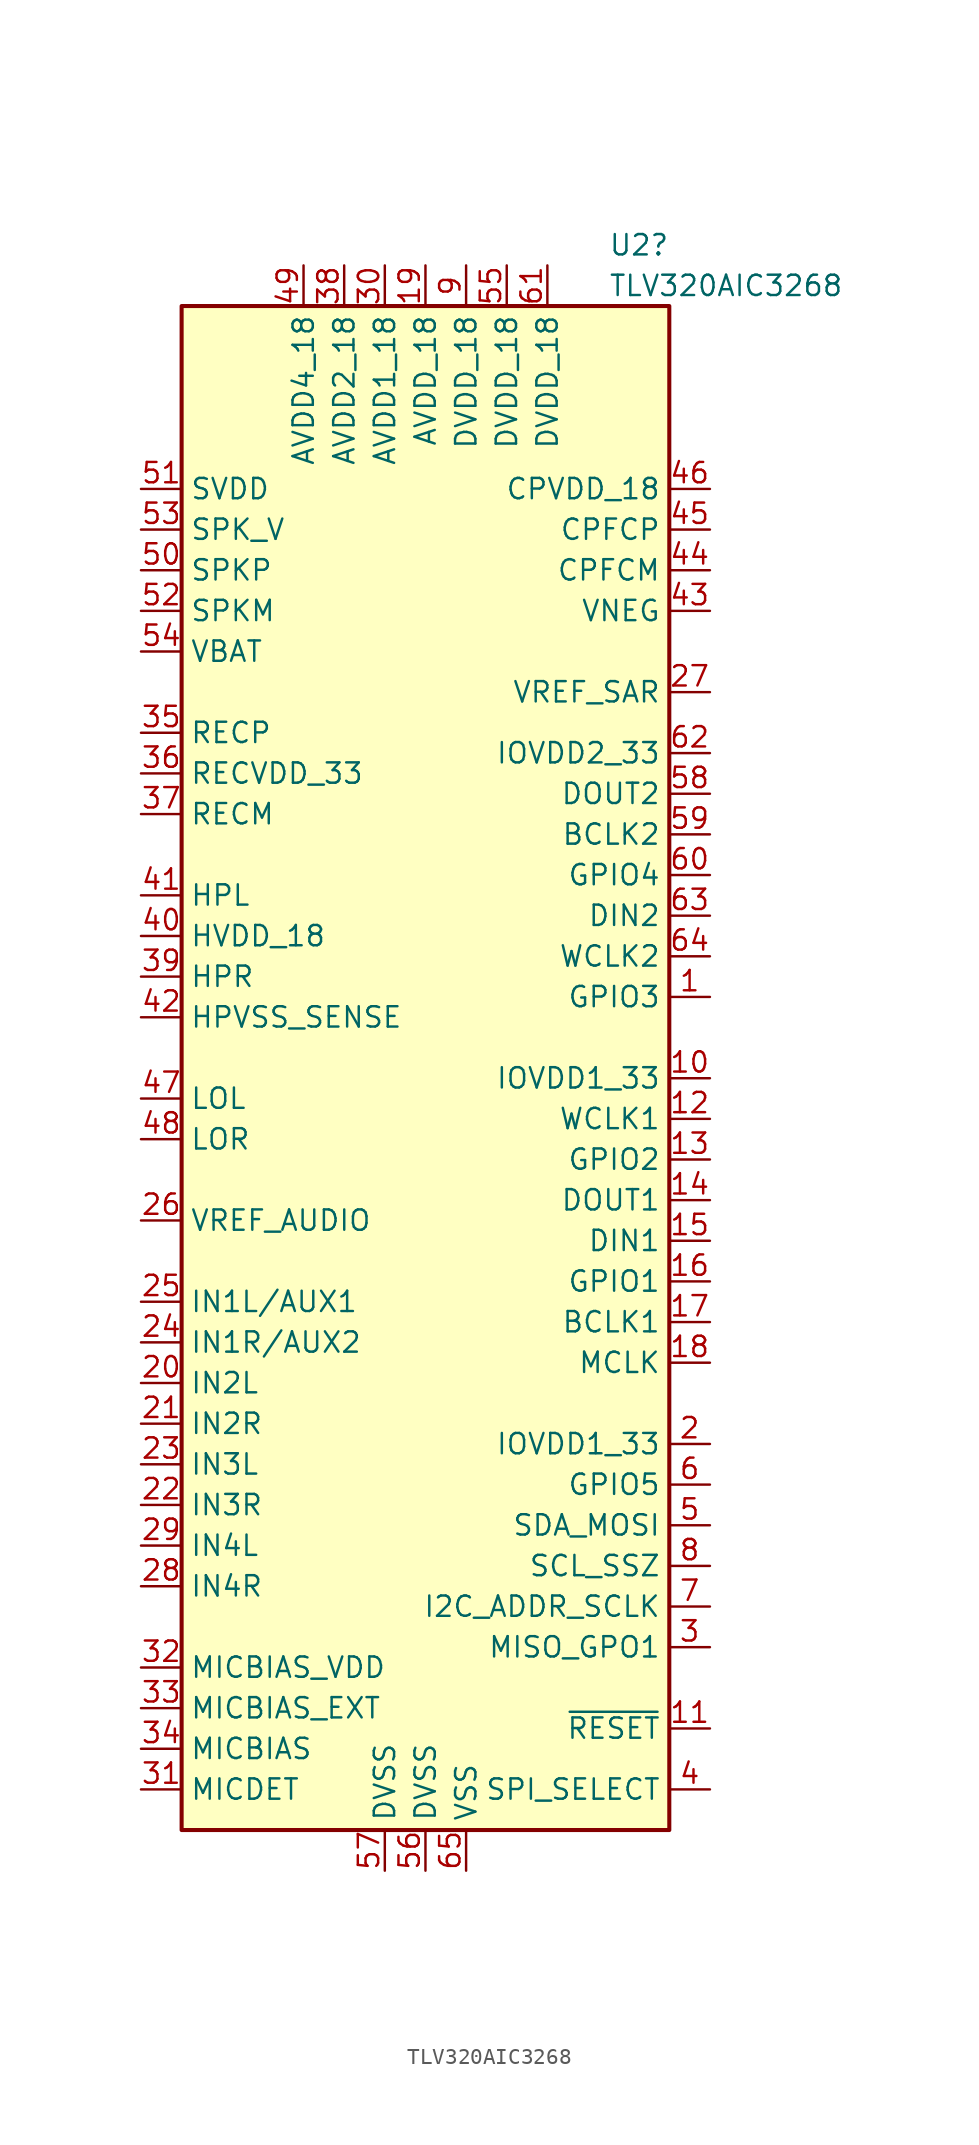
<source format=kicad_sym>
(kicad_symbol_lib
  (version 20211014)
  (generator kicad_symbol_editor)
  (symbol "TLV320AIC3268"
    (property "Reference" "U2"
      (at 11.43 55.88 0)
      (effects (font (size 1.27 1.27)) (justify left)))
    (property "Value" "TLV320AIC3268"
      (at 11.43 53.34 0)
      (effects (font (size 1.27 1.27)) (justify left)))
    (symbol "TLV320AIC3268_0_1"
      (rectangle (start -15.24 52.07) (end 15.24 -43.18) (stroke (width 0.254) (type default) (color 0 0 0 0)) (fill (type background))))
    (symbol "TLV320AIC3268_1_1"
      (pin bidirectional line (at 17.78 8.89 180) (length 2.54) (name "GPIO3" (effects (font (size 1.27 1.27)))) (number "1" (effects (font (size 1.27 1.27)))))
      (pin power_in line (at 17.78 3.81 180) (length 2.54) (name "IOVDD1_33" (effects (font (size 1.27 1.27)))) (number "10" (effects (font (size 1.27 1.27)))))
      (pin input line (at 17.78 -36.83 180) (length 2.54) (name "~{RESET}" (effects (font (size 1.27 1.27)))) (number "11" (effects (font (size 1.27 1.27)))))
      (pin bidirectional line (at 17.78 1.27 180) (length 2.54) (name "WCLK1" (effects (font (size 1.27 1.27)))) (number "12" (effects (font (size 1.27 1.27)))))
      (pin bidirectional line (at 17.78 -1.27 180) (length 2.54) (name "GPIO2" (effects (font (size 1.27 1.27)))) (number "13" (effects (font (size 1.27 1.27)))))
      (pin output line (at 17.78 -3.81 180) (length 2.54) (name "DOUT1" (effects (font (size 1.27 1.27)))) (number "14" (effects (font (size 1.27 1.27)))))
      (pin input line (at 17.78 -6.35 180) (length 2.54) (name "DIN1" (effects (font (size 1.27 1.27)))) (number "15" (effects (font (size 1.27 1.27)))))
      (pin bidirectional line (at 17.78 -8.89 180) (length 2.54) (name "GPIO1" (effects (font (size 1.27 1.27)))) (number "16" (effects (font (size 1.27 1.27)))))
      (pin bidirectional line (at 17.78 -11.43 180) (length 2.54) (name "BCLK1" (effects (font (size 1.27 1.27)))) (number "17" (effects (font (size 1.27 1.27)))))
      (pin input line (at 17.78 -13.97 180) (length 2.54) (name "MCLK" (effects (font (size 1.27 1.27)))) (number "18" (effects (font (size 1.27 1.27)))))
      (pin power_in line (at 0 54.61 270) (length 2.54) (name "AVDD_18" (effects (font (size 1.27 1.27)))) (number "19" (effects (font (size 1.27 1.27)))))
      (pin power_in line (at 17.78 -19.05 180) (length 2.54) (name "IOVDD1_33" (effects (font (size 1.27 1.27)))) (number "2" (effects (font (size 1.27 1.27)))))
      (pin input line (at -17.78 -15.24 0) (length 2.54) (name "IN2L" (effects (font (size 1.27 1.27)))) (number "20" (effects (font (size 1.27 1.27)))))
      (pin input line (at -17.78 -17.78 0) (length 2.54) (name "IN2R" (effects (font (size 1.27 1.27)))) (number "21" (effects (font (size 1.27 1.27)))))
      (pin input line (at -17.78 -22.86 0) (length 2.54) (name "IN3R" (effects (font (size 1.27 1.27)))) (number "22" (effects (font (size 1.27 1.27)))))
      (pin input line (at -17.78 -20.32 0) (length 2.54) (name "IN3L" (effects (font (size 1.27 1.27)))) (number "23" (effects (font (size 1.27 1.27)))))
      (pin input line (at -17.78 -12.7 0) (length 2.54) (name "IN1R/AUX2" (effects (font (size 1.27 1.27)))) (number "24" (effects (font (size 1.27 1.27)))))
      (pin input line (at -17.78 -10.16 0) (length 2.54) (name "IN1L/AUX1" (effects (font (size 1.27 1.27)))) (number "25" (effects (font (size 1.27 1.27)))))
      (pin passive line (at -17.78 -5.08 0) (length 2.54) (name "VREF_AUDIO" (effects (font (size 1.27 1.27)))) (number "26" (effects (font (size 1.27 1.27)))))
      (pin passive line (at 17.78 27.94 180) (length 2.54) (name "VREF_SAR" (effects (font (size 1.27 1.27)))) (number "27" (effects (font (size 1.27 1.27)))))
      (pin input line (at -17.78 -27.94 0) (length 2.54) (name "IN4R" (effects (font (size 1.27 1.27)))) (number "28" (effects (font (size 1.27 1.27)))))
      (pin input line (at -17.78 -25.4 0) (length 2.54) (name "IN4L" (effects (font (size 1.27 1.27)))) (number "29" (effects (font (size 1.27 1.27)))))
      (pin output line (at 17.78 -31.75 180) (length 2.54) (name "MISO_GPO1" (effects (font (size 1.27 1.27)))) (number "3" (effects (font (size 1.27 1.27)))))
      (pin power_in line (at -2.54 54.61 270) (length 2.54) (name "AVDD1_18" (effects (font (size 1.27 1.27)))) (number "30" (effects (font (size 1.27 1.27)))))
      (pin bidirectional line (at -17.78 -40.64 0) (length 2.54) (name "MICDET" (effects (font (size 1.27 1.27)))) (number "31" (effects (font (size 1.27 1.27)))))
      (pin power_in line (at -17.78 -33.02 0) (length 2.54) (name "MICBIAS_VDD" (effects (font (size 1.27 1.27)))) (number "32" (effects (font (size 1.27 1.27)))))
      (pin output line (at -17.78 -35.56 0) (length 2.54) (name "MICBIAS_EXT" (effects (font (size 1.27 1.27)))) (number "33" (effects (font (size 1.27 1.27)))))
      (pin output line (at -17.78 -38.1 0) (length 2.54) (name "MICBIAS" (effects (font (size 1.27 1.27)))) (number "34" (effects (font (size 1.27 1.27)))))
      (pin output line (at -17.78 25.4 0) (length 2.54) (name "RECP" (effects (font (size 1.27 1.27)))) (number "35" (effects (font (size 1.27 1.27)))))
      (pin power_in line (at -17.78 22.86 0) (length 2.54) (name "RECVDD_33" (effects (font (size 1.27 1.27)))) (number "36" (effects (font (size 1.27 1.27)))))
      (pin output line (at -17.78 20.32 0) (length 2.54) (name "RECM" (effects (font (size 1.27 1.27)))) (number "37" (effects (font (size 1.27 1.27)))))
      (pin power_in line (at -5.08 54.61 270) (length 2.54) (name "AVDD2_18" (effects (font (size 1.27 1.27)))) (number "38" (effects (font (size 1.27 1.27)))))
      (pin output line (at -17.78 10.16 0) (length 2.54) (name "HPR" (effects (font (size 1.27 1.27)))) (number "39" (effects (font (size 1.27 1.27)))))
      (pin input line (at 17.78 -40.64 180) (length 2.54) (name "SPI_SELECT" (effects (font (size 1.27 1.27)))) (number "4" (effects (font (size 1.27 1.27)))))
      (pin power_in line (at -17.78 12.7 0) (length 2.54) (name "HVDD_18" (effects (font (size 1.27 1.27)))) (number "40" (effects (font (size 1.27 1.27)))))
      (pin output line (at -17.78 15.24 0) (length 2.54) (name "HPL" (effects (font (size 1.27 1.27)))) (number "41" (effects (font (size 1.27 1.27)))))
      (pin no_connect line (at 10.16 -27.94 90) (length 2.54) hide (name "NC" (effects (font (size 1.27 1.27)))) (number "41" (effects (font (size 1.27 1.27)))))
      (pin input line (at -17.78 7.62 0) (length 2.54) (name "HPVSS_SENSE" (effects (font (size 1.27 1.27)))) (number "42" (effects (font (size 1.27 1.27)))))
      (pin bidirectional line (at 17.78 33.02 180) (length 2.54) (name "VNEG" (effects (font (size 1.27 1.27)))) (number "43" (effects (font (size 1.27 1.27)))))
      (pin bidirectional line (at 17.78 35.56 180) (length 2.54) (name "CPFCM" (effects (font (size 1.27 1.27)))) (number "44" (effects (font (size 1.27 1.27)))))
      (pin bidirectional line (at 17.78 38.1 180) (length 2.54) (name "CPFCP" (effects (font (size 1.27 1.27)))) (number "45" (effects (font (size 1.27 1.27)))))
      (pin power_in line (at 17.78 40.64 180) (length 2.54) (name "CPVDD_18" (effects (font (size 1.27 1.27)))) (number "46" (effects (font (size 1.27 1.27)))))
      (pin output line (at -17.78 2.54 0) (length 2.54) (name "LOL" (effects (font (size 1.27 1.27)))) (number "47" (effects (font (size 1.27 1.27)))))
      (pin output line (at -17.78 0 0) (length 2.54) (name "LOR" (effects (font (size 1.27 1.27)))) (number "48" (effects (font (size 1.27 1.27)))))
      (pin power_in line (at -7.62 54.61 270) (length 2.54) (name "AVDD4_18" (effects (font (size 1.27 1.27)))) (number "49" (effects (font (size 1.27 1.27)))))
      (pin bidirectional line (at 17.78 -24.13 180) (length 2.54) (name "SDA_MOSI" (effects (font (size 1.27 1.27)))) (number "5" (effects (font (size 1.27 1.27)))))
      (pin output line (at -17.78 35.56 0) (length 2.54) (name "SPKP" (effects (font (size 1.27 1.27)))) (number "50" (effects (font (size 1.27 1.27)))))
      (pin power_in line (at -17.78 40.64 0) (length 2.54) (name "SVDD" (effects (font (size 1.27 1.27)))) (number "51" (effects (font (size 1.27 1.27)))))
      (pin output line (at -17.78 33.02 0) (length 2.54) (name "SPKM" (effects (font (size 1.27 1.27)))) (number "52" (effects (font (size 1.27 1.27)))))
      (pin power_in line (at -17.78 38.1 0) (length 2.54) (name "SPK_V" (effects (font (size 1.27 1.27)))) (number "53" (effects (font (size 1.27 1.27)))))
      (pin input line (at -17.78 30.48 0) (length 2.54) (name "VBAT" (effects (font (size 1.27 1.27)))) (number "54" (effects (font (size 1.27 1.27)))))
      (pin power_in line (at 5.08 54.61 270) (length 2.54) (name "DVDD_18" (effects (font (size 1.27 1.27)))) (number "55" (effects (font (size 1.27 1.27)))))
      (pin power_in line (at 0 -45.72 90) (length 2.54) (name "DVSS" (effects (font (size 1.27 1.27)))) (number "56" (effects (font (size 1.27 1.27)))))
      (pin power_in line (at -2.54 -45.72 90) (length 2.54) (name "DVSS" (effects (font (size 1.27 1.27)))) (number "57" (effects (font (size 1.27 1.27)))))
      (pin output line (at 17.78 21.59 180) (length 2.54) (name "DOUT2" (effects (font (size 1.27 1.27)))) (number "58" (effects (font (size 1.27 1.27)))))
      (pin bidirectional line (at 17.78 19.05 180) (length 2.54) (name "BCLK2" (effects (font (size 1.27 1.27)))) (number "59" (effects (font (size 1.27 1.27)))))
      (pin bidirectional line (at 17.78 -21.59 180) (length 2.54) (name "GPIO5" (effects (font (size 1.27 1.27)))) (number "6" (effects (font (size 1.27 1.27)))))
      (pin bidirectional line (at 17.78 16.51 180) (length 2.54) (name "GPIO4" (effects (font (size 1.27 1.27)))) (number "60" (effects (font (size 1.27 1.27)))))
      (pin power_in line (at 7.62 54.61 270) (length 2.54) (name "DVDD_18" (effects (font (size 1.27 1.27)))) (number "61" (effects (font (size 1.27 1.27)))))
      (pin power_in line (at 17.78 24.13 180) (length 2.54) (name "IOVDD2_33" (effects (font (size 1.27 1.27)))) (number "62" (effects (font (size 1.27 1.27)))))
      (pin input line (at 17.78 13.97 180) (length 2.54) (name "DIN2" (effects (font (size 1.27 1.27)))) (number "63" (effects (font (size 1.27 1.27)))))
      (pin bidirectional line (at 17.78 11.43 180) (length 2.54) (name "WCLK2" (effects (font (size 1.27 1.27)))) (number "64" (effects (font (size 1.27 1.27)))))
      (pin power_in line (at 2.54 -45.72 90) (length 2.54) (name "VSS" (effects (font (size 1.27 1.27)))) (number "65" (effects (font (size 1.27 1.27)))))
      (pin input line (at 17.78 -29.21 180) (length 2.54) (name "I2C_ADDR_SCLK" (effects (font (size 1.27 1.27)))) (number "7" (effects (font (size 1.27 1.27)))))
      (pin bidirectional line (at 17.78 -26.67 180) (length 2.54) (name "SCL_SSZ" (effects (font (size 1.27 1.27)))) (number "8" (effects (font (size 1.27 1.27)))))
      (pin power_in line (at 2.54 54.61 270) (length 2.54) (name "DVDD_18" (effects (font (size 1.27 1.27)))) (number "9" (effects (font (size 1.27 1.27))))))))
</source>
